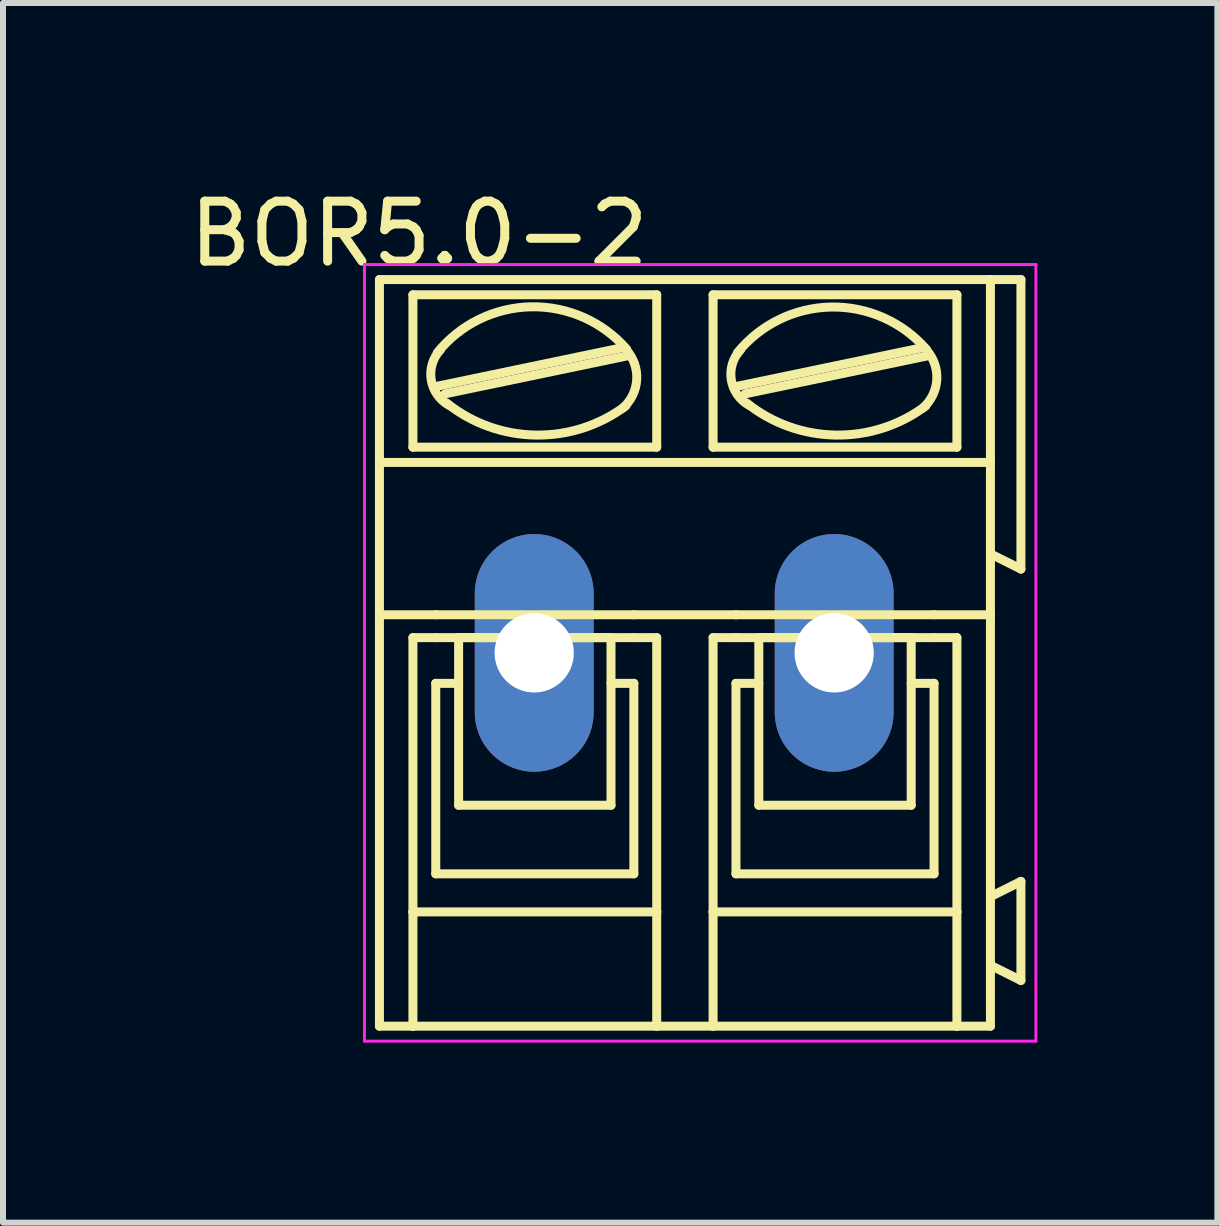
<source format=kicad_pcb>
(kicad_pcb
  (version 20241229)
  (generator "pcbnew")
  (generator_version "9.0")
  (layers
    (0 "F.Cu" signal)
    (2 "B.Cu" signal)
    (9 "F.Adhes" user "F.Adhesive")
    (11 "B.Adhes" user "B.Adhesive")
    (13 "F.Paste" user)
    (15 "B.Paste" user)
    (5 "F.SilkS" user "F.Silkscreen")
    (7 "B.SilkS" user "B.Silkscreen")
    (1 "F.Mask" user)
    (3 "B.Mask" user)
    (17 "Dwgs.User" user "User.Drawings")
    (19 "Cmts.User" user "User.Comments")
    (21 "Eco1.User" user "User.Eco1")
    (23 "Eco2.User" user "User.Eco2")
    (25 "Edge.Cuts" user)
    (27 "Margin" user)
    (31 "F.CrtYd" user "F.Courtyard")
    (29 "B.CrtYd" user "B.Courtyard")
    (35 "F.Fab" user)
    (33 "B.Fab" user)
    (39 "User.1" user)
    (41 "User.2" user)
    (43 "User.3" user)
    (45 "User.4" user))
  (footprint "BOR5.0-2"
    (layer "F.Cu")
    (at 5.855 7.833)
    (property "Reference" "BOR5.0-2" (at -1.92 -6.985 0) (layer "F.SilkS") (effects (font (size 1 1) (thickness 0.15))))
    (attr exclude_from_pos_files exclude_from_bom)
    (fp_line (start -2.58 -3.175) (end -2.58 -6.223) (stroke (width 0.15) (type solid)) (layer "F.SilkS"))
    (fp_line (start -2.58 -3.175) (end 7.605 -3.175) (stroke (width 0.15) (type solid)) (layer "F.SilkS"))
    (fp_line (start -2.58 -0.635) (end -2.58 -3.175) (stroke (width 0.15) (type solid)) (layer "F.SilkS"))
    (fp_line (start -2.58 -0.635) (end -1.641 -0.635) (stroke (width 0.15) (type solid)) (layer "F.SilkS"))
    (fp_line (start -2.58 6.223) (end -2.58 -0.635) (stroke (width 0.15) (type solid)) (layer "F.SilkS"))
    (fp_line (start -2.58 6.223) (end -2.022 6.223) (stroke (width 0.15) (type solid)) (layer "F.SilkS"))
    (fp_line (start -2.022 -3.429) (end -2.022 -5.969) (stroke (width 0.15) (type solid)) (layer "F.SilkS"))
    (fp_line (start -2.022 -0.254) (end -2.022 4.318) (stroke (width 0.15) (type solid)) (layer "F.SilkS"))
    (fp_line (start -2.022 -0.254) (end -1.641 -0.254) (stroke (width 0.15) (type solid)) (layer "F.SilkS"))
    (fp_line (start -2.022 4.318) (end -2.022 6.223) (stroke (width 0.15) (type solid)) (layer "F.SilkS"))
    (fp_line (start -2.022 6.223) (end 2.042 6.223) (stroke (width 0.15) (type solid)) (layer "F.SilkS"))
    (fp_line (start -1.641 -0.635) (end 1.661 -0.635) (stroke (width 0.15) (type solid)) (layer "F.SilkS"))
    (fp_line (start -1.641 0.508) (end -1.26 0.508) (stroke (width 0.15) (type solid)) (layer "F.SilkS"))
    (fp_line (start -1.641 3.683) (end -1.641 0.508) (stroke (width 0.15) (type solid)) (layer "F.SilkS"))
    (fp_line (start -1.615 -4.445) (end 1.435 -5.08) (stroke (width 0.15) (type solid)) (layer "F.SilkS"))
    (fp_line (start -1.488 -4.318) (end 1.56 -4.953) (stroke (width 0.15) (type solid)) (layer "F.SilkS"))
    (fp_line (start -1.26 -0.254) (end 1.28 -0.254) (stroke (width 0.15) (type solid)) (layer "F.SilkS"))
    (fp_line (start -1.26 2.54) (end -1.26 -0.254) (stroke (width 0.15) (type solid)) (layer "F.SilkS"))
    (fp_line (start -1.26 2.54) (end 1.28 2.54) (stroke (width 0.15) (type solid)) (layer "F.SilkS"))
    (fp_line (start 1.28 2.54) (end 1.28 -0.254) (stroke (width 0.15) (type solid)) (layer "F.SilkS"))
    (fp_line (start 1.661 -0.635) (end 3.363 -0.635) (stroke (width 0.15) (type solid)) (layer "F.SilkS"))
    (fp_line (start 1.661 -0.254) (end -1.641 -0.254) (stroke (width 0.15) (type solid)) (layer "F.SilkS"))
    (fp_line (start 1.661 0.508) (end 1.28 0.508) (stroke (width 0.15) (type solid)) (layer "F.SilkS"))
    (fp_line (start 1.661 3.683) (end -1.641 3.683) (stroke (width 0.15) (type solid)) (layer "F.SilkS"))
    (fp_line (start 1.661 3.683) (end 1.661 0.508) (stroke (width 0.15) (type solid)) (layer "F.SilkS"))
    (fp_line (start 2.042 -5.969) (end -2.022 -5.969) (stroke (width 0.15) (type solid)) (layer "F.SilkS"))
    (fp_line (start 2.042 -3.429) (end -2.022 -3.429) (stroke (width 0.15) (type solid)) (layer "F.SilkS"))
    (fp_line (start 2.042 -3.429) (end 2.042 -5.969) (stroke (width 0.15) (type solid)) (layer "F.SilkS"))
    (fp_line (start 2.042 -0.254) (end 1.661 -0.254) (stroke (width 0.15) (type solid)) (layer "F.SilkS"))
    (fp_line (start 2.042 4.318) (end -2.022 4.318) (stroke (width 0.15) (type solid)) (layer "F.SilkS"))
    (fp_line (start 2.042 4.318) (end 2.042 -0.254) (stroke (width 0.15) (type solid)) (layer "F.SilkS"))
    (fp_line (start 2.042 6.223) (end 2.042 4.318) (stroke (width 0.15) (type solid)) (layer "F.SilkS"))
    (fp_line (start 2.042 6.223) (end 2.982 6.223) (stroke (width 0.15) (type solid)) (layer "F.SilkS"))
    (fp_line (start 2.982 -5.969) (end 7.046 -5.969) (stroke (width 0.15) (type solid)) (layer "F.SilkS"))
    (fp_line (start 2.982 -3.429) (end 2.982 -5.969) (stroke (width 0.15) (type solid)) (layer "F.SilkS"))
    (fp_line (start 2.982 -0.254) (end 3.363 -0.254) (stroke (width 0.15) (type solid)) (layer "F.SilkS"))
    (fp_line (start 2.982 4.318) (end 2.982 -0.254) (stroke (width 0.15) (type solid)) (layer "F.SilkS"))
    (fp_line (start 2.982 4.318) (end 7.046 4.318) (stroke (width 0.15) (type solid)) (layer "F.SilkS"))
    (fp_line (start 2.982 6.223) (end 2.982 4.318) (stroke (width 0.15) (type solid)) (layer "F.SilkS"))
    (fp_line (start 2.982 6.223) (end 7.046 6.223) (stroke (width 0.15) (type solid)) (layer "F.SilkS"))
    (fp_line (start 3.363 -0.254) (end 6.665 -0.254) (stroke (width 0.15) (type solid)) (layer "F.SilkS"))
    (fp_line (start 3.363 0.508) (end 3.744 0.508) (stroke (width 0.15) (type solid)) (layer "F.SilkS"))
    (fp_line (start 3.363 3.683) (end 3.363 0.508) (stroke (width 0.15) (type solid)) (layer "F.SilkS"))
    (fp_line (start 3.389 -4.445) (end 6.437 -5.08) (stroke (width 0.15) (type solid)) (layer "F.SilkS"))
    (fp_line (start 3.516 -4.318) (end 6.564 -4.953) (stroke (width 0.15) (type solid)) (layer "F.SilkS"))
    (fp_line (start 3.744 -0.254) (end 6.284 -0.254) (stroke (width 0.15) (type solid)) (layer "F.SilkS"))
    (fp_line (start 3.744 2.54) (end 3.744 -0.254) (stroke (width 0.15) (type solid)) (layer "F.SilkS"))
    (fp_line (start 3.744 2.54) (end 6.284 2.54) (stroke (width 0.15) (type solid)) (layer "F.SilkS"))
    (fp_line (start 6.284 2.54) (end 6.284 -0.254) (stroke (width 0.15) (type solid)) (layer "F.SilkS"))
    (fp_line (start 6.665 -0.635) (end 3.363 -0.635) (stroke (width 0.15) (type solid)) (layer "F.SilkS"))
    (fp_line (start 6.665 0.508) (end 6.284 0.508) (stroke (width 0.15) (type solid)) (layer "F.SilkS"))
    (fp_line (start 6.665 3.683) (end 3.363 3.683) (stroke (width 0.15) (type solid)) (layer "F.SilkS"))
    (fp_line (start 6.665 3.683) (end 6.665 0.508) (stroke (width 0.15) (type solid)) (layer "F.SilkS"))
    (fp_line (start 7.046 -5.969) (end 7.046 -3.429) (stroke (width 0.15) (type solid)) (layer "F.SilkS"))
    (fp_line (start 7.046 -3.429) (end 2.982 -3.429) (stroke (width 0.15) (type solid)) (layer "F.SilkS"))
    (fp_line (start 7.046 -0.254) (end 6.665 -0.254) (stroke (width 0.15) (type solid)) (layer "F.SilkS"))
    (fp_line (start 7.046 -0.254) (end 7.046 4.318) (stroke (width 0.15) (type solid)) (layer "F.SilkS"))
    (fp_line (start 7.046 4.318) (end 7.046 6.223) (stroke (width 0.15) (type solid)) (layer "F.SilkS"))
    (fp_line (start 7.046 6.223) (end 7.605 6.223) (stroke (width 0.15) (type solid)) (layer "F.SilkS"))
    (fp_line (start 7.605 -6.223) (end -2.58 -6.223) (stroke (width 0.15) (type solid)) (layer "F.SilkS"))
    (fp_line (start 7.605 -6.223) (end 7.605 -3.175) (stroke (width 0.15) (type solid)) (layer "F.SilkS"))
    (fp_line (start 7.605 -6.223) (end 8.113 -6.223) (stroke (width 0.15) (type solid)) (layer "F.SilkS"))
    (fp_line (start 7.605 -3.175) (end 7.605 -1.651) (stroke (width 0.15) (type solid)) (layer "F.SilkS"))
    (fp_line (start 7.605 -1.651) (end 7.605 -0.635) (stroke (width 0.15) (type solid)) (layer "F.SilkS"))
    (fp_line (start 7.605 -0.635) (end 6.665 -0.635) (stroke (width 0.15) (type solid)) (layer "F.SilkS"))
    (fp_line (start 7.605 -0.635) (end 7.605 4.064) (stroke (width 0.15) (type solid)) (layer "F.SilkS"))
    (fp_line (start 7.605 4.064) (end 7.605 5.207) (stroke (width 0.15) (type solid)) (layer "F.SilkS"))
    (fp_line (start 7.605 5.207) (end 7.605 6.223) (stroke (width 0.15) (type solid)) (layer "F.SilkS"))
    (fp_line (start 8.113 -6.223) (end 8.113 -1.397) (stroke (width 0.15) (type solid)) (layer "F.SilkS"))
    (fp_line (start 8.113 -1.397) (end 7.605 -1.651) (stroke (width 0.15) (type solid)) (layer "F.SilkS"))
    (fp_line (start 8.113 3.81) (end 7.605 4.064) (stroke (width 0.15) (type solid)) (layer "F.SilkS"))
    (fp_line (start 8.113 3.81) (end 8.113 5.461) (stroke (width 0.15) (type solid)) (layer "F.SilkS"))
    (fp_line (start 8.113 5.461) (end 7.605 5.207) (stroke (width 0.15) (type solid)) (layer "F.SilkS"))
    (fp_arc (start -1.6152 -5.0038) (mid -0.050347 -5.768837) (end 1.541573 -5.061847) (stroke (width 0.15) (type solid)) (layer "F.SilkS"))
    (fp_arc (start -1.41962 -4.1275) (mid -1.717784 -4.553845) (end -1.56452 -5.051019) (stroke (width 0.15) (type solid)) (layer "F.SilkS"))
    (fp_arc (start 1.52678 -4.11734) (mid 0.024731 -3.630479) (end -1.460988 -4.165104) (stroke (width 0.15) (type solid)) (layer "F.SilkS"))
    (fp_arc (start 1.5344 -5.05206) (mid 1.708736 -4.555962) (end 1.47915 -4.08289) (stroke (width 0.15) (type solid)) (layer "F.SilkS"))
    (fp_arc (start 3.3886 -5.0038) (mid 4.951638 -5.764946) (end 6.539411 -5.056844) (stroke (width 0.15) (type solid)) (layer "F.SilkS"))
    (fp_arc (start 3.58164 -4.1275) (mid 3.284456 -4.555849) (end 3.439903 -5.053481) (stroke (width 0.15) (type solid)) (layer "F.SilkS"))
    (fp_arc (start 6.52804 -4.11734) (mid 5.025991 -3.630479) (end 3.540272 -4.165104) (stroke (width 0.15) (type solid)) (layer "F.SilkS"))
    (fp_arc (start 6.53566 -5.05206) (mid 6.710748 -4.557765) (end 6.482972 -4.085429) (stroke (width 0.15) (type solid)) (layer "F.SilkS"))
    (fp_line (start -2.83 -6.473) (end -2.83 6.473) (stroke (width 0.05) (type solid)) (layer "F.CrtYd"))
    (fp_line (start -2.83 6.473) (end 8.363 6.473) (stroke (width 0.05) (type solid)) (layer "F.CrtYd"))
    (fp_line (start 8.363 -6.473) (end -2.83 -6.473) (stroke (width 0.05) (type solid)) (layer "F.CrtYd"))
    (fp_line (start 8.363 6.473) (end 8.363 -6.473) (stroke (width 0.05) (type solid)) (layer "F.CrtYd"))
    (pad "1" thru_hole oval (at 0 0) (size 1.981 3.962) (drill 1.321) (layers "*.Cu" "*.Mask"))
    (pad "2" thru_hole oval (at 5 0) (size 1.981 3.962) (drill 1.321) (layers "*.Cu" "*.Mask")))
  (gr_rect
    (start -3 -3)
    (end 17.243 17.331)
    (stroke (width 0.1) (type default))
    (fill no)
    (layer "Edge.Cuts")))
</source>
